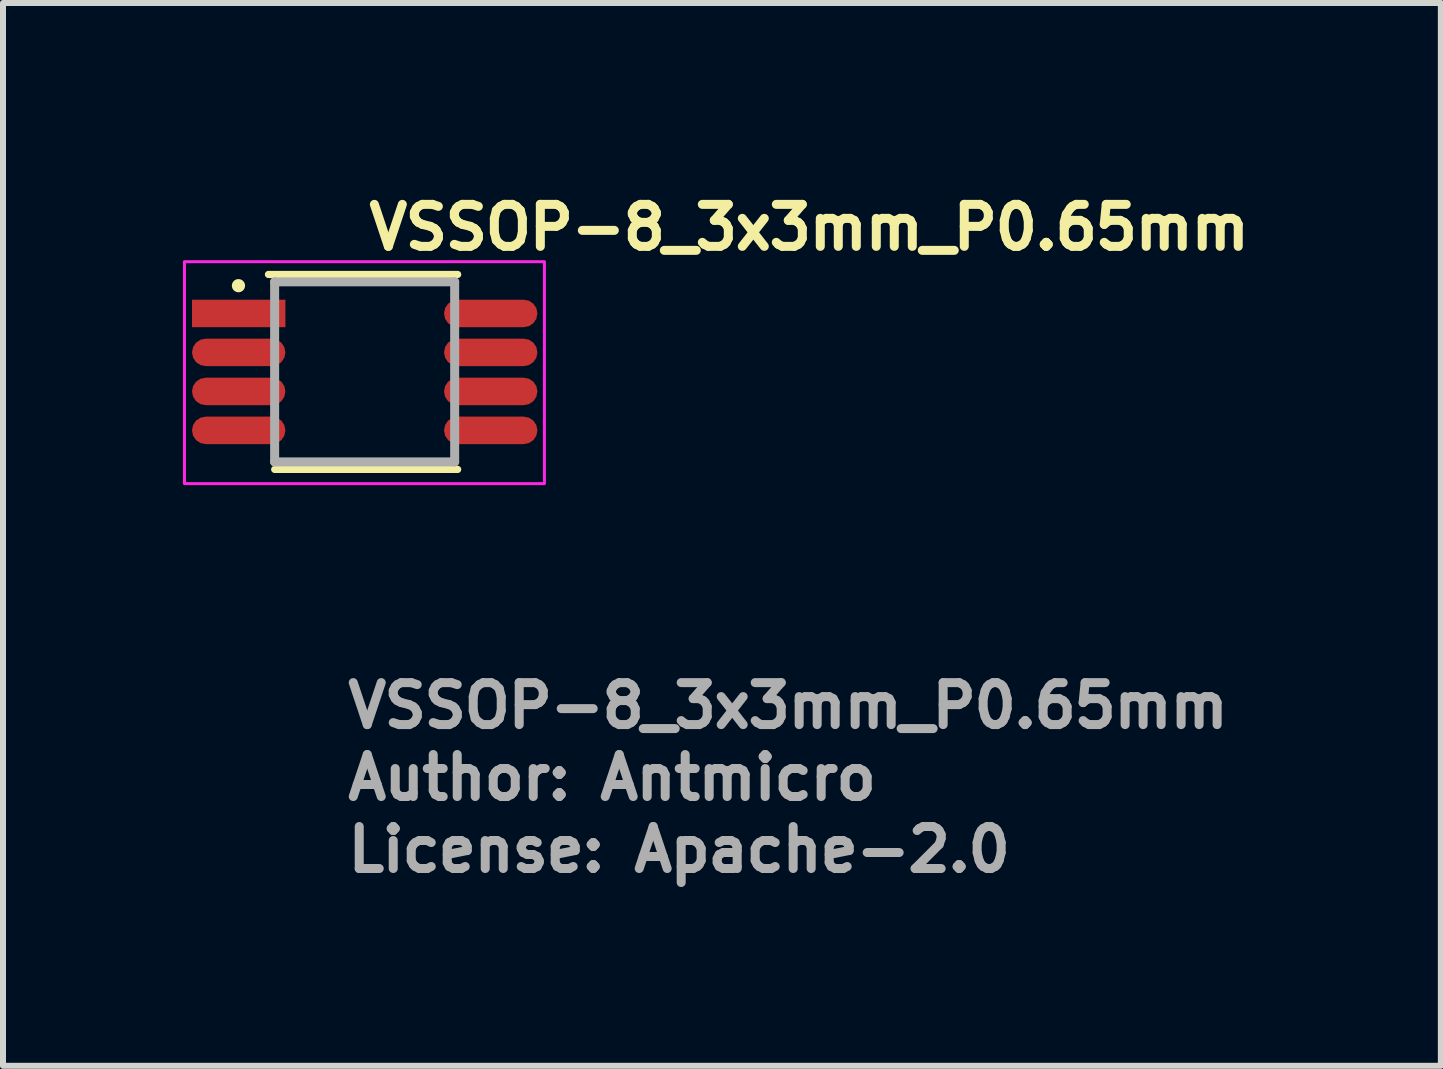
<source format=kicad_pcb>
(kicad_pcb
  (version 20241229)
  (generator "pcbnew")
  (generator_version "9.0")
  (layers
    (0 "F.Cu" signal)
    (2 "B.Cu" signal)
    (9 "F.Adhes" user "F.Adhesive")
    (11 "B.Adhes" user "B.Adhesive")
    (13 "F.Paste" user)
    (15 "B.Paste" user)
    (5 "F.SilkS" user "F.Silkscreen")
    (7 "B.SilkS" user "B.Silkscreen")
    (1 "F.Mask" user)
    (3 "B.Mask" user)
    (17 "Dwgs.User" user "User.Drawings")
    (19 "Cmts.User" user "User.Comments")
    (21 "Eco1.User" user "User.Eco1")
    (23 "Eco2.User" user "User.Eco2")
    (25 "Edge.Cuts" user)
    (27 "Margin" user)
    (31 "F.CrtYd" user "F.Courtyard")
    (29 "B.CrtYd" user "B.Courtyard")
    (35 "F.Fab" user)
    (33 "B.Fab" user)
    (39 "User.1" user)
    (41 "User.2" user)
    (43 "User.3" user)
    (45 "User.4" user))
  (footprint "VSSOP-8_3x3mm_P0.65mm"
    (layer "F.Cu")
    (at 3.025 3.15)
    (property "Reference" "VSSOP-8_3x3mm_P0.65mm" (at 0 -2 0) (layer "F.SilkS") (effects (font (size 0.7 0.7) (thickness 0.15)) (justify left bottom)))
    (attr smd)
    (fp_line (start -1.6 -1.625) (end 1.554 -1.625) (stroke (width 0.12) (type solid)) (layer "F.SilkS"))
    (fp_line (start -1.496 1.625) (end 1.554 1.625) (stroke (width 0.12) (type solid)) (layer "F.SilkS"))
    (fp_circle (center -2.1 -1.438) (end -2.05 -1.438) (stroke (width 0.12) (type solid)) (fill yes) (layer "F.SilkS"))
    (fp_rect (start -3 -1.838) (end 3 1.862) (stroke (width 0.05) (type solid)) (fill no) (layer "F.CrtYd"))
    (fp_line (start -1.497 -1.502) (end 1.504 -1.502) (stroke (width 0.15) (type solid)) (layer "F.Fab"))
    (fp_line (start -1.497 1.5) (end -1.497 -1.502) (stroke (width 0.15) (type solid)) (layer "F.Fab"))
    (fp_line (start 1.504 -1.502) (end 1.504 1.5) (stroke (width 0.15) (type solid)) (layer "F.Fab"))
    (fp_line (start 1.504 1.5) (end -1.497 1.5) (stroke (width 0.15) (type solid)) (layer "F.Fab"))
    (fp_rect (start -2.448 -1.5) (end 2.455 1.497) (stroke (width 0.1) (type solid)) (fill no) (layer "User.5"))
    (fp_line (start -2.448 -1.128) (end -2.448 -0.824) (stroke (width 0.02) (type solid)) (layer "User.9"))
    (fp_line (start -2.448 -0.479) (end -2.448 -0.173) (stroke (width 0.02) (type solid)) (layer "User.9"))
    (fp_line (start -2.448 0.171) (end -2.448 0.476) (stroke (width 0.02) (type solid)) (layer "User.9"))
    (fp_line (start -2.448 0.821) (end -2.448 1.126) (stroke (width 0.02) (type solid)) (layer "User.9"))
    (fp_line (start -2.216 -1.128) (end -2.448 -1.128) (stroke (width 0.02) (type solid)) (layer "User.9"))
    (fp_line (start -2.216 -1.128) (end -2.088 -1.128) (stroke (width 0.02) (type solid)) (layer "User.9"))
    (fp_line (start -2.216 -0.824) (end -2.448 -0.824) (stroke (width 0.02) (type solid)) (layer "User.9"))
    (fp_line (start -2.216 -0.824) (end -2.088 -0.824) (stroke (width 0.02) (type solid)) (layer "User.9"))
    (fp_line (start -2.216 -0.479) (end -2.448 -0.479) (stroke (width 0.02) (type solid)) (layer "User.9"))
    (fp_line (start -2.216 -0.479) (end -2.088 -0.479) (stroke (width 0.02) (type solid)) (layer "User.9"))
    (fp_line (start -2.216 -0.173) (end -2.448 -0.173) (stroke (width 0.02) (type solid)) (layer "User.9"))
    (fp_line (start -2.216 -0.173) (end -2.088 -0.173) (stroke (width 0.02) (type solid)) (layer "User.9"))
    (fp_line (start -2.216 0.171) (end -2.448 0.171) (stroke (width 0.02) (type solid)) (layer "User.9"))
    (fp_line (start -2.216 0.171) (end -2.088 0.171) (stroke (width 0.02) (type solid)) (layer "User.9"))
    (fp_line (start -2.216 0.476) (end -2.448 0.476) (stroke (width 0.02) (type solid)) (layer "User.9"))
    (fp_line (start -2.216 0.476) (end -2.088 0.476) (stroke (width 0.02) (type solid)) (layer "User.9"))
    (fp_line (start -2.216 0.821) (end -2.448 0.821) (stroke (width 0.02) (type solid)) (layer "User.9"))
    (fp_line (start -2.216 0.821) (end -2.088 0.821) (stroke (width 0.02) (type solid)) (layer "User.9"))
    (fp_line (start -2.216 1.126) (end -2.448 1.126) (stroke (width 0.02) (type solid)) (layer "User.9"))
    (fp_line (start -2.216 1.126) (end -2.088 1.126) (stroke (width 0.02) (type solid)) (layer "User.9"))
    (fp_line (start -2.088 -1.128) (end -2.084 -1.128) (stroke (width 0.02) (type solid)) (layer "User.9"))
    (fp_line (start -2.088 -0.479) (end -2.084 -0.479) (stroke (width 0.02) (type solid)) (layer "User.9"))
    (fp_line (start -2.088 0.171) (end -2.084 0.171) (stroke (width 0.02) (type solid)) (layer "User.9"))
    (fp_line (start -2.088 0.821) (end -2.084 0.821) (stroke (width 0.02) (type solid)) (layer "User.9"))
    (fp_line (start -2.084 -1.128) (end -1.781 -1.128) (stroke (width 0.02) (type solid)) (layer "User.9"))
    (fp_line (start -2.084 -0.824) (end -2.088 -0.824) (stroke (width 0.02) (type solid)) (layer "User.9"))
    (fp_line (start -2.084 -0.824) (end -1.781 -0.824) (stroke (width 0.02) (type solid)) (layer "User.9"))
    (fp_line (start -2.084 -0.479) (end -1.781 -0.479) (stroke (width 0.02) (type solid)) (layer "User.9"))
    (fp_line (start -2.084 -0.173) (end -2.088 -0.173) (stroke (width 0.02) (type solid)) (layer "User.9"))
    (fp_line (start -2.084 -0.173) (end -1.781 -0.173) (stroke (width 0.02) (type solid)) (layer "User.9"))
    (fp_line (start -2.084 0.171) (end -1.781 0.171) (stroke (width 0.02) (type solid)) (layer "User.9"))
    (fp_line (start -2.084 0.476) (end -2.088 0.476) (stroke (width 0.02) (type solid)) (layer "User.9"))
    (fp_line (start -2.084 0.476) (end -1.781 0.476) (stroke (width 0.02) (type solid)) (layer "User.9"))
    (fp_line (start -2.084 0.821) (end -1.781 0.821) (stroke (width 0.02) (type solid)) (layer "User.9"))
    (fp_line (start -2.084 1.126) (end -2.088 1.126) (stroke (width 0.02) (type solid)) (layer "User.9"))
    (fp_line (start -2.084 1.126) (end -1.781 1.126) (stroke (width 0.02) (type solid)) (layer "User.9"))
    (fp_line (start -1.495 -1.472) (end -1.495 -1.401) (stroke (width 0.02) (type solid)) (layer "User.9"))
    (fp_line (start -1.495 -1.472) (end -1.494 -1.474) (stroke (width 0.02) (type solid)) (layer "User.9"))
    (fp_line (start -1.495 -1.401) (end -1.495 1.399) (stroke (width 0.02) (type solid)) (layer "User.9"))
    (fp_line (start -1.495 -1.128) (end -1.781 -1.128) (stroke (width 0.02) (type solid)) (layer "User.9"))
    (fp_line (start -1.495 -0.824) (end -1.781 -0.824) (stroke (width 0.02) (type solid)) (layer "User.9"))
    (fp_line (start -1.495 -0.479) (end -1.781 -0.479) (stroke (width 0.02) (type solid)) (layer "User.9"))
    (fp_line (start -1.495 -0.173) (end -1.781 -0.173) (stroke (width 0.02) (type solid)) (layer "User.9"))
    (fp_line (start -1.495 0.171) (end -1.781 0.171) (stroke (width 0.02) (type solid)) (layer "User.9"))
    (fp_line (start -1.495 0.476) (end -1.781 0.476) (stroke (width 0.02) (type solid)) (layer "User.9"))
    (fp_line (start -1.495 0.821) (end -1.781 0.821) (stroke (width 0.02) (type solid)) (layer "User.9"))
    (fp_line (start -1.495 1.126) (end -1.781 1.126) (stroke (width 0.02) (type solid)) (layer "User.9"))
    (fp_line (start -1.495 1.399) (end -1.495 1.471) (stroke (width 0.02) (type solid)) (layer "User.9"))
    (fp_line (start -1.494 -1.474) (end -1.492 -1.476) (stroke (width 0.02) (type solid)) (layer "User.9"))
    (fp_line (start -1.494 1.472) (end -1.495 1.471) (stroke (width 0.02) (type solid)) (layer "User.9"))
    (fp_line (start -1.492 -1.476) (end -1.491 -1.478) (stroke (width 0.02) (type solid)) (layer "User.9"))
    (fp_line (start -1.492 1.475) (end -1.494 1.472) (stroke (width 0.02) (type solid)) (layer "User.9"))
    (fp_line (start -1.491 -1.478) (end -1.489 -1.48) (stroke (width 0.02) (type solid)) (layer "User.9"))
    (fp_line (start -1.491 1.476) (end -1.492 1.475) (stroke (width 0.02) (type solid)) (layer "User.9"))
    (fp_line (start -1.489 -1.48) (end -1.488 -1.481) (stroke (width 0.02) (type solid)) (layer "User.9"))
    (fp_line (start -1.489 1.479) (end -1.491 1.476) (stroke (width 0.02) (type solid)) (layer "User.9"))
    (fp_line (start -1.488 -1.481) (end -1.486 -1.483) (stroke (width 0.02) (type solid)) (layer "User.9"))
    (fp_line (start -1.488 1.48) (end -1.489 1.479) (stroke (width 0.02) (type solid)) (layer "User.9"))
    (fp_line (start -1.486 -1.483) (end -1.485 -1.485) (stroke (width 0.02) (type solid)) (layer "User.9"))
    (fp_line (start -1.486 1.481) (end -1.488 1.48) (stroke (width 0.02) (type solid)) (layer "User.9"))
    (fp_line (start -1.485 -1.485) (end -1.483 -1.487) (stroke (width 0.02) (type solid)) (layer "User.9"))
    (fp_line (start -1.485 1.484) (end -1.486 1.481) (stroke (width 0.02) (type solid)) (layer "User.9"))
    (fp_line (start -1.483 -1.487) (end -1.481 -1.489) (stroke (width 0.02) (type solid)) (layer "User.9"))
    (fp_line (start -1.483 1.485) (end -1.485 1.484) (stroke (width 0.02) (type solid)) (layer "User.9"))
    (fp_line (start -1.481 -1.489) (end -1.479 -1.491) (stroke (width 0.02) (type solid)) (layer "User.9"))
    (fp_line (start -1.481 1.487) (end -1.483 1.485) (stroke (width 0.02) (type solid)) (layer "User.9"))
    (fp_line (start -1.479 -1.491) (end -1.478 -1.493) (stroke (width 0.02) (type solid)) (layer "User.9"))
    (fp_line (start -1.479 1.488) (end -1.481 1.487) (stroke (width 0.02) (type solid)) (layer "User.9"))
    (fp_line (start -1.478 -1.493) (end -1.476 -1.494) (stroke (width 0.02) (type solid)) (layer "User.9"))
    (fp_line (start -1.478 1.491) (end -1.479 1.488) (stroke (width 0.02) (type solid)) (layer "User.9"))
    (fp_line (start -1.476 -1.494) (end -1.474 -1.496) (stroke (width 0.02) (type solid)) (layer "User.9"))
    (fp_line (start -1.476 1.492) (end -1.478 1.491) (stroke (width 0.02) (type solid)) (layer "User.9"))
    (fp_line (start -1.474 -1.496) (end -1.472 -1.497) (stroke (width 0.02) (type solid)) (layer "User.9"))
    (fp_line (start -1.474 1.493) (end -1.476 1.492) (stroke (width 0.02) (type solid)) (layer "User.9"))
    (fp_line (start -1.472 -1.497) (end -1.47 -1.499) (stroke (width 0.02) (type solid)) (layer "User.9"))
    (fp_line (start -1.472 1.495) (end -1.474 1.493) (stroke (width 0.02) (type solid)) (layer "User.9"))
    (fp_line (start -1.47 -1.499) (end -1.468 -1.5) (stroke (width 0.02) (type solid)) (layer "User.9"))
    (fp_line (start -1.47 1.496) (end -1.472 1.495) (stroke (width 0.02) (type solid)) (layer "User.9"))
    (fp_line (start -1.468 1.497) (end -1.47 1.496) (stroke (width 0.02) (type solid)) (layer "User.9"))
    (fp_line (start -1.468 1.497) (end -1.396 1.497) (stroke (width 0.02) (type solid)) (layer "User.9"))
    (fp_line (start -1.426 -1.337) (end -1.426 -1.332) (stroke (width 0.02) (type solid)) (layer "User.9"))
    (fp_line (start -1.426 1.331) (end -1.426 1.335) (stroke (width 0.02) (type solid)) (layer "User.9"))
    (fp_line (start -1.426 1.335) (end -1.425 1.34) (stroke (width 0.02) (type solid)) (layer "User.9"))
    (fp_line (start -1.425 -1.342) (end -1.426 -1.337) (stroke (width 0.02) (type solid)) (layer "User.9"))
    (fp_line (start -1.425 1.34) (end -1.424 1.346) (stroke (width 0.02) (type solid)) (layer "User.9"))
    (fp_line (start -1.424 -1.347) (end -1.425 -1.342) (stroke (width 0.02) (type solid)) (layer "User.9"))
    (fp_line (start -1.424 1.346) (end -1.423 1.351) (stroke (width 0.02) (type solid)) (layer "User.9"))
    (fp_line (start -1.423 -1.352) (end -1.424 -1.347) (stroke (width 0.02) (type solid)) (layer "User.9"))
    (fp_line (start -1.423 1.351) (end -1.422 1.355) (stroke (width 0.02) (type solid)) (layer "User.9"))
    (fp_line (start -1.422 -1.356) (end -1.423 -1.352) (stroke (width 0.02) (type solid)) (layer "User.9"))
    (fp_line (start -1.422 1.355) (end -1.421 1.359) (stroke (width 0.02) (type solid)) (layer "User.9"))
    (fp_line (start -1.421 -1.362) (end -1.422 -1.356) (stroke (width 0.02) (type solid)) (layer "User.9"))
    (fp_line (start -1.421 1.359) (end -1.419 1.364) (stroke (width 0.02) (type solid)) (layer "User.9"))
    (fp_line (start -1.419 -1.367) (end -1.421 -1.362) (stroke (width 0.02) (type solid)) (layer "User.9"))
    (fp_line (start -1.419 1.364) (end -1.417 1.368) (stroke (width 0.02) (type solid)) (layer "User.9"))
    (fp_line (start -1.417 -1.371) (end -1.419 -1.367) (stroke (width 0.02) (type solid)) (layer "User.9"))
    (fp_line (start -1.417 1.368) (end -1.415 1.372) (stroke (width 0.02) (type solid)) (layer "User.9"))
    (fp_line (start -1.415 -1.375) (end -1.417 -1.371) (stroke (width 0.02) (type solid)) (layer "User.9"))
    (fp_line (start -1.415 1.372) (end -1.413 1.376) (stroke (width 0.02) (type solid)) (layer "User.9"))
    (fp_line (start -1.413 -1.379) (end -1.415 -1.375) (stroke (width 0.02) (type solid)) (layer "User.9"))
    (fp_line (start -1.413 1.376) (end -1.411 1.38) (stroke (width 0.02) (type solid)) (layer "User.9"))
    (fp_line (start -1.411 -1.383) (end -1.413 -1.379) (stroke (width 0.02) (type solid)) (layer "User.9"))
    (fp_line (start -1.411 1.38) (end -1.408 1.384) (stroke (width 0.02) (type solid)) (layer "User.9"))
    (fp_line (start -1.408 -1.387) (end -1.411 -1.383) (stroke (width 0.02) (type solid)) (layer "User.9"))
    (fp_line (start -1.408 1.384) (end -1.405 1.388) (stroke (width 0.02) (type solid)) (layer "User.9"))
    (fp_line (start -1.405 -1.391) (end -1.408 -1.387) (stroke (width 0.02) (type solid)) (layer "User.9"))
    (fp_line (start -1.405 1.388) (end -1.402 1.392) (stroke (width 0.02) (type solid)) (layer "User.9"))
    (fp_line (start -1.402 -1.394) (end -1.405 -1.391) (stroke (width 0.02) (type solid)) (layer "User.9"))
    (fp_line (start -1.402 1.392) (end -1.399 1.395) (stroke (width 0.02) (type solid)) (layer "User.9"))
    (fp_line (start -1.399 -1.397) (end -1.402 -1.394) (stroke (width 0.02) (type solid)) (layer "User.9"))
    (fp_line (start -1.399 1.395) (end -1.396 1.399) (stroke (width 0.02) (type solid)) (layer "User.9"))
    (fp_line (start -1.396 -1.5) (end -1.468 -1.5) (stroke (width 0.02) (type solid)) (layer "User.9"))
    (fp_line (start -1.396 -1.401) (end -1.399 -1.397) (stroke (width 0.02) (type solid)) (layer "User.9"))
    (fp_line (start -1.396 1.399) (end -1.393 1.403) (stroke (width 0.02) (type solid)) (layer "User.9"))
    (fp_line (start -1.396 1.497) (end 1.403 1.497) (stroke (width 0.02) (type solid)) (layer "User.9"))
    (fp_line (start -1.393 -1.404) (end -1.396 -1.401) (stroke (width 0.02) (type solid)) (layer "User.9"))
    (fp_line (start -1.393 1.403) (end -1.39 1.406) (stroke (width 0.02) (type solid)) (layer "User.9"))
    (fp_line (start -1.39 -1.407) (end -1.393 -1.404) (stroke (width 0.02) (type solid)) (layer "User.9"))
    (fp_line (start -1.39 1.406) (end -1.386 1.408) (stroke (width 0.02) (type solid)) (layer "User.9"))
    (fp_line (start -1.386 -1.41) (end -1.39 -1.407) (stroke (width 0.02) (type solid)) (layer "User.9"))
    (fp_line (start -1.386 1.408) (end -1.383 1.411) (stroke (width 0.02) (type solid)) (layer "User.9"))
    (fp_line (start -1.383 -1.413) (end -1.386 -1.41) (stroke (width 0.02) (type solid)) (layer "User.9"))
    (fp_line (start -1.383 1.411) (end -1.379 1.415) (stroke (width 0.02) (type solid)) (layer "User.9"))
    (fp_line (start -1.379 -1.416) (end -1.383 -1.413) (stroke (width 0.02) (type solid)) (layer "User.9"))
    (fp_line (start -1.379 1.415) (end -1.375 1.416) (stroke (width 0.02) (type solid)) (layer "User.9"))
    (fp_line (start -1.375 -1.418) (end -1.379 -1.416) (stroke (width 0.02) (type solid)) (layer "User.9"))
    (fp_line (start -1.375 1.416) (end -1.37 1.419) (stroke (width 0.02) (type solid)) (layer "User.9"))
    (fp_line (start -1.37 -1.42) (end -1.375 -1.418) (stroke (width 0.02) (type solid)) (layer "User.9"))
    (fp_line (start -1.37 1.419) (end -1.366 1.42) (stroke (width 0.02) (type solid)) (layer "User.9"))
    (fp_line (start -1.366 -1.422) (end -1.37 -1.42) (stroke (width 0.02) (type solid)) (layer "User.9"))
    (fp_line (start -1.366 1.42) (end -1.362 1.423) (stroke (width 0.02) (type solid)) (layer "User.9"))
    (fp_line (start -1.362 -1.425) (end -1.366 -1.422) (stroke (width 0.02) (type solid)) (layer "User.9"))
    (fp_line (start -1.362 1.423) (end -1.357 1.424) (stroke (width 0.02) (type solid)) (layer "User.9"))
    (fp_line (start -1.357 -1.427) (end -1.362 -1.425) (stroke (width 0.02) (type solid)) (layer "User.9"))
    (fp_line (start -1.357 1.424) (end -1.353 1.426) (stroke (width 0.02) (type solid)) (layer "User.9"))
    (fp_line (start -1.353 -1.428) (end -1.357 -1.427) (stroke (width 0.02) (type solid)) (layer "User.9"))
    (fp_line (start -1.353 1.426) (end -1.348 1.427) (stroke (width 0.02) (type solid)) (layer "User.9"))
    (fp_line (start -1.348 -1.429) (end -1.353 -1.428) (stroke (width 0.02) (type solid)) (layer "User.9"))
    (fp_line (start -1.348 1.427) (end -1.343 1.427) (stroke (width 0.02) (type solid)) (layer "User.9"))
    (fp_line (start -1.343 -1.43) (end -1.348 -1.429) (stroke (width 0.02) (type solid)) (layer "User.9"))
    (fp_line (start -1.343 1.427) (end -1.338 1.428) (stroke (width 0.02) (type solid)) (layer "User.9"))
    (fp_line (start -1.338 -1.431) (end -1.343 -1.43) (stroke (width 0.02) (type solid)) (layer "User.9"))
    (fp_line (start -1.338 1.428) (end -1.333 1.428) (stroke (width 0.02) (type solid)) (layer "User.9"))
    (fp_line (start -1.333 -1.431) (end -1.338 -1.431) (stroke (width 0.02) (type solid)) (layer "User.9"))
    (fp_line (start -1.333 1.428) (end -1.327 1.43) (stroke (width 0.02) (type solid)) (layer "User.9"))
    (fp_line (start -1.327 -1.432) (end -1.333 -1.431) (stroke (width 0.02) (type solid)) (layer "User.9"))
    (fp_line (start 1.335 1.43) (end 1.341 1.428) (stroke (width 0.02) (type solid)) (layer "User.9"))
    (fp_line (start 1.341 -1.431) (end 1.335 -1.432) (stroke (width 0.02) (type solid)) (layer "User.9"))
    (fp_line (start 1.341 1.428) (end 1.346 1.428) (stroke (width 0.02) (type solid)) (layer "User.9"))
    (fp_line (start 1.346 -1.431) (end 1.341 -1.431) (stroke (width 0.02) (type solid)) (layer "User.9"))
    (fp_line (start 1.346 1.428) (end 1.35 1.427) (stroke (width 0.02) (type solid)) (layer "User.9"))
    (fp_line (start 1.35 -1.43) (end 1.346 -1.431) (stroke (width 0.02) (type solid)) (layer "User.9"))
    (fp_line (start 1.35 1.427) (end 1.355 1.427) (stroke (width 0.02) (type solid)) (layer "User.9"))
    (fp_line (start 1.355 -1.429) (end 1.35 -1.43) (stroke (width 0.02) (type solid)) (layer "User.9"))
    (fp_line (start 1.355 1.427) (end 1.359 1.426) (stroke (width 0.02) (type solid)) (layer "User.9"))
    (fp_line (start 1.359 -1.428) (end 1.355 -1.429) (stroke (width 0.02) (type solid)) (layer "User.9"))
    (fp_line (start 1.359 1.426) (end 1.364 1.424) (stroke (width 0.02) (type solid)) (layer "User.9"))
    (fp_line (start 1.364 -1.427) (end 1.359 -1.428) (stroke (width 0.02) (type solid)) (layer "User.9"))
    (fp_line (start 1.364 1.424) (end 1.368 1.423) (stroke (width 0.02) (type solid)) (layer "User.9"))
    (fp_line (start 1.368 -1.425) (end 1.364 -1.427) (stroke (width 0.02) (type solid)) (layer "User.9"))
    (fp_line (start 1.368 1.423) (end 1.374 1.42) (stroke (width 0.02) (type solid)) (layer "User.9"))
    (fp_line (start 1.374 -1.422) (end 1.368 -1.425) (stroke (width 0.02) (type solid)) (layer "User.9"))
    (fp_line (start 1.374 1.42) (end 1.378 1.419) (stroke (width 0.02) (type solid)) (layer "User.9"))
    (fp_line (start 1.378 -1.42) (end 1.374 -1.422) (stroke (width 0.02) (type solid)) (layer "User.9"))
    (fp_line (start 1.378 1.419) (end 1.382 1.416) (stroke (width 0.02) (type solid)) (layer "User.9"))
    (fp_line (start 1.382 -1.418) (end 1.378 -1.42) (stroke (width 0.02) (type solid)) (layer "User.9"))
    (fp_line (start 1.382 1.416) (end 1.386 1.415) (stroke (width 0.02) (type solid)) (layer "User.9"))
    (fp_line (start 1.386 -1.416) (end 1.382 -1.418) (stroke (width 0.02) (type solid)) (layer "User.9"))
    (fp_line (start 1.386 1.415) (end 1.39 1.411) (stroke (width 0.02) (type solid)) (layer "User.9"))
    (fp_line (start 1.39 -1.413) (end 1.386 -1.416) (stroke (width 0.02) (type solid)) (layer "User.9"))
    (fp_line (start 1.39 1.411) (end 1.394 1.408) (stroke (width 0.02) (type solid)) (layer "User.9"))
    (fp_line (start 1.394 -1.41) (end 1.39 -1.413) (stroke (width 0.02) (type solid)) (layer "User.9"))
    (fp_line (start 1.394 1.408) (end 1.398 1.406) (stroke (width 0.02) (type solid)) (layer "User.9"))
    (fp_line (start 1.398 -1.407) (end 1.394 -1.41) (stroke (width 0.02) (type solid)) (layer "User.9"))
    (fp_line (start 1.398 1.406) (end 1.4 1.403) (stroke (width 0.02) (type solid)) (layer "User.9"))
    (fp_line (start 1.4 -1.404) (end 1.398 -1.407) (stroke (width 0.02) (type solid)) (layer "User.9"))
    (fp_line (start 1.4 1.403) (end 1.404 1.399) (stroke (width 0.02) (type solid)) (layer "User.9"))
    (fp_line (start 1.403 -1.5) (end -1.396 -1.5) (stroke (width 0.02) (type solid)) (layer "User.9"))
    (fp_line (start 1.403 1.497) (end 1.475 1.497) (stroke (width 0.02) (type solid)) (layer "User.9"))
    (fp_line (start 1.404 -1.401) (end 1.4 -1.404) (stroke (width 0.02) (type solid)) (layer "User.9"))
    (fp_line (start 1.404 1.399) (end 1.407 1.395) (stroke (width 0.02) (type solid)) (layer "User.9"))
    (fp_line (start 1.407 -1.397) (end 1.404 -1.401) (stroke (width 0.02) (type solid)) (layer "User.9"))
    (fp_line (start 1.407 1.395) (end 1.411 1.392) (stroke (width 0.02) (type solid)) (layer "User.9"))
    (fp_line (start 1.411 -1.394) (end 1.407 -1.397) (stroke (width 0.02) (type solid)) (layer "User.9"))
    (fp_line (start 1.411 1.392) (end 1.414 1.388) (stroke (width 0.02) (type solid)) (layer "User.9"))
    (fp_line (start 1.414 -1.391) (end 1.411 -1.394) (stroke (width 0.02) (type solid)) (layer "User.9"))
    (fp_line (start 1.414 1.388) (end 1.416 1.384) (stroke (width 0.02) (type solid)) (layer "User.9"))
    (fp_line (start 1.416 -1.387) (end 1.414 -1.391) (stroke (width 0.02) (type solid)) (layer "User.9"))
    (fp_line (start 1.416 1.384) (end 1.419 1.38) (stroke (width 0.02) (type solid)) (layer "User.9"))
    (fp_line (start 1.419 -1.383) (end 1.416 -1.387) (stroke (width 0.02) (type solid)) (layer "User.9"))
    (fp_line (start 1.419 1.38) (end 1.422 1.376) (stroke (width 0.02) (type solid)) (layer "User.9"))
    (fp_line (start 1.422 -1.379) (end 1.419 -1.383) (stroke (width 0.02) (type solid)) (layer "User.9"))
    (fp_line (start 1.422 1.376) (end 1.423 1.372) (stroke (width 0.02) (type solid)) (layer "User.9"))
    (fp_line (start 1.423 -1.375) (end 1.422 -1.379) (stroke (width 0.02) (type solid)) (layer "User.9"))
    (fp_line (start 1.423 1.372) (end 1.426 1.368) (stroke (width 0.02) (type solid)) (layer "User.9"))
    (fp_line (start 1.426 -1.371) (end 1.423 -1.375) (stroke (width 0.02) (type solid)) (layer "User.9"))
    (fp_line (start 1.426 1.368) (end 1.427 1.364) (stroke (width 0.02) (type solid)) (layer "User.9"))
    (fp_line (start 1.427 -1.367) (end 1.426 -1.371) (stroke (width 0.02) (type solid)) (layer "User.9"))
    (fp_line (start 1.427 1.364) (end 1.43 1.359) (stroke (width 0.02) (type solid)) (layer "User.9"))
    (fp_line (start 1.43 -1.362) (end 1.427 -1.367) (stroke (width 0.02) (type solid)) (layer "User.9"))
    (fp_line (start 1.43 1.359) (end 1.431 1.355) (stroke (width 0.02) (type solid)) (layer "User.9"))
    (fp_line (start 1.431 -1.356) (end 1.43 -1.362) (stroke (width 0.02) (type solid)) (layer "User.9"))
    (fp_line (start 1.431 -1.352) (end 1.431 -1.356) (stroke (width 0.02) (type solid)) (layer "User.9"))
    (fp_line (start 1.431 1.351) (end 1.432 1.346) (stroke (width 0.02) (type solid)) (layer "User.9"))
    (fp_line (start 1.431 1.355) (end 1.431 1.351) (stroke (width 0.02) (type solid)) (layer "User.9"))
    (fp_line (start 1.432 -1.347) (end 1.431 -1.352) (stroke (width 0.02) (type solid)) (layer "User.9"))
    (fp_line (start 1.432 1.346) (end 1.434 1.34) (stroke (width 0.02) (type solid)) (layer "User.9"))
    (fp_line (start 1.434 -1.342) (end 1.432 -1.347) (stroke (width 0.02) (type solid)) (layer "User.9"))
    (fp_line (start 1.434 -1.337) (end 1.434 -1.342) (stroke (width 0.02) (type solid)) (layer "User.9"))
    (fp_line (start 1.434 1.335) (end 1.435 1.331) (stroke (width 0.02) (type solid)) (layer "User.9"))
    (fp_line (start 1.434 1.34) (end 1.434 1.335) (stroke (width 0.02) (type solid)) (layer "User.9"))
    (fp_line (start 1.435 -1.332) (end 1.434 -1.337) (stroke (width 0.02) (type solid)) (layer "User.9"))
    (fp_line (start 1.475 -1.5) (end 1.403 -1.5) (stroke (width 0.02) (type solid)) (layer "User.9"))
    (fp_line (start 1.475 -1.5) (end 1.478 -1.499) (stroke (width 0.02) (type solid)) (layer "User.9"))
    (fp_line (start 1.478 -1.499) (end 1.479 -1.497) (stroke (width 0.02) (type solid)) (layer "User.9"))
    (fp_line (start 1.478 1.496) (end 1.475 1.497) (stroke (width 0.02) (type solid)) (layer "User.9"))
    (fp_line (start 1.479 -1.497) (end 1.482 -1.496) (stroke (width 0.02) (type solid)) (layer "User.9"))
    (fp_line (start 1.479 1.495) (end 1.478 1.496) (stroke (width 0.02) (type solid)) (layer "User.9"))
    (fp_line (start 1.482 -1.496) (end 1.483 -1.494) (stroke (width 0.02) (type solid)) (layer "User.9"))
    (fp_line (start 1.482 1.493) (end 1.479 1.495) (stroke (width 0.02) (type solid)) (layer "User.9"))
    (fp_line (start 1.483 -1.494) (end 1.484 -1.493) (stroke (width 0.02) (type solid)) (layer "User.9"))
    (fp_line (start 1.483 1.492) (end 1.482 1.493) (stroke (width 0.02) (type solid)) (layer "User.9"))
    (fp_line (start 1.484 -1.493) (end 1.487 -1.491) (stroke (width 0.02) (type solid)) (layer "User.9"))
    (fp_line (start 1.484 1.491) (end 1.483 1.492) (stroke (width 0.02) (type solid)) (layer "User.9"))
    (fp_line (start 1.487 -1.491) (end 1.488 -1.489) (stroke (width 0.02) (type solid)) (layer "User.9"))
    (fp_line (start 1.487 1.488) (end 1.484 1.491) (stroke (width 0.02) (type solid)) (layer "User.9"))
    (fp_line (start 1.488 -1.489) (end 1.491 -1.487) (stroke (width 0.02) (type solid)) (layer "User.9"))
    (fp_line (start 1.488 1.487) (end 1.487 1.488) (stroke (width 0.02) (type solid)) (layer "User.9"))
    (fp_line (start 1.491 -1.487) (end 1.492 -1.485) (stroke (width 0.02) (type solid)) (layer "User.9"))
    (fp_line (start 1.491 1.485) (end 1.488 1.487) (stroke (width 0.02) (type solid)) (layer "User.9"))
    (fp_line (start 1.492 -1.485) (end 1.493 -1.483) (stroke (width 0.02) (type solid)) (layer "User.9"))
    (fp_line (start 1.492 1.484) (end 1.491 1.485) (stroke (width 0.02) (type solid)) (layer "User.9"))
    (fp_line (start 1.493 -1.483) (end 1.496 -1.481) (stroke (width 0.02) (type solid)) (layer "User.9"))
    (fp_line (start 1.493 1.481) (end 1.492 1.484) (stroke (width 0.02) (type solid)) (layer "User.9"))
    (fp_line (start 1.496 -1.481) (end 1.496 -1.48) (stroke (width 0.02) (type solid)) (layer "User.9"))
    (fp_line (start 1.496 -1.48) (end 1.499 -1.478) (stroke (width 0.02) (type solid)) (layer "User.9"))
    (fp_line (start 1.496 1.479) (end 1.496 1.48) (stroke (width 0.02) (type solid)) (layer "User.9"))
    (fp_line (start 1.496 1.48) (end 1.493 1.481) (stroke (width 0.02) (type solid)) (layer "User.9"))
    (fp_line (start 1.499 -1.478) (end 1.5 -1.476) (stroke (width 0.02) (type solid)) (layer "User.9"))
    (fp_line (start 1.499 1.476) (end 1.496 1.479) (stroke (width 0.02) (type solid)) (layer "User.9"))
    (fp_line (start 1.5 -1.476) (end 1.501 -1.474) (stroke (width 0.02) (type solid)) (layer "User.9"))
    (fp_line (start 1.5 1.475) (end 1.499 1.476) (stroke (width 0.02) (type solid)) (layer "User.9"))
    (fp_line (start 1.501 -1.474) (end 1.503 -1.472) (stroke (width 0.02) (type solid)) (layer "User.9"))
    (fp_line (start 1.501 1.472) (end 1.5 1.475) (stroke (width 0.02) (type solid)) (layer "User.9"))
    (fp_line (start 1.503 -1.401) (end 1.503 -1.472) (stroke (width 0.02) (type solid)) (layer "User.9"))
    (fp_line (start 1.503 -1.128) (end 1.789 -1.128) (stroke (width 0.02) (type solid)) (layer "User.9"))
    (fp_line (start 1.503 -0.824) (end 1.789 -0.824) (stroke (width 0.02) (type solid)) (layer "User.9"))
    (fp_line (start 1.503 -0.479) (end 1.789 -0.479) (stroke (width 0.02) (type solid)) (layer "User.9"))
    (fp_line (start 1.503 -0.173) (end 1.789 -0.173) (stroke (width 0.02) (type solid)) (layer "User.9"))
    (fp_line (start 1.503 0.171) (end 1.789 0.171) (stroke (width 0.02) (type solid)) (layer "User.9"))
    (fp_line (start 1.503 0.476) (end 1.789 0.476) (stroke (width 0.02) (type solid)) (layer "User.9"))
    (fp_line (start 1.503 0.821) (end 1.789 0.821) (stroke (width 0.02) (type solid)) (layer "User.9"))
    (fp_line (start 1.503 1.126) (end 1.789 1.126) (stroke (width 0.02) (type solid)) (layer "User.9"))
    (fp_line (start 1.503 1.399) (end 1.503 -1.401) (stroke (width 0.02) (type solid)) (layer "User.9"))
    (fp_line (start 1.503 1.471) (end 1.501 1.472) (stroke (width 0.02) (type solid)) (layer "User.9"))
    (fp_line (start 1.503 1.471) (end 1.503 1.399) (stroke (width 0.02) (type solid)) (layer "User.9"))
    (fp_line (start 2.092 -1.128) (end 1.789 -1.128) (stroke (width 0.02) (type solid)) (layer "User.9"))
    (fp_line (start 2.092 -1.128) (end 2.097 -1.128) (stroke (width 0.02) (type solid)) (layer "User.9"))
    (fp_line (start 2.092 -0.824) (end 1.789 -0.824) (stroke (width 0.02) (type solid)) (layer "User.9"))
    (fp_line (start 2.092 -0.479) (end 1.789 -0.479) (stroke (width 0.02) (type solid)) (layer "User.9"))
    (fp_line (start 2.092 -0.479) (end 2.097 -0.479) (stroke (width 0.02) (type solid)) (layer "User.9"))
    (fp_line (start 2.092 -0.173) (end 1.789 -0.173) (stroke (width 0.02) (type solid)) (layer "User.9"))
    (fp_line (start 2.092 0.171) (end 1.789 0.171) (stroke (width 0.02) (type solid)) (layer "User.9"))
    (fp_line (start 2.092 0.171) (end 2.097 0.171) (stroke (width 0.02) (type solid)) (layer "User.9"))
    (fp_line (start 2.092 0.476) (end 1.789 0.476) (stroke (width 0.02) (type solid)) (layer "User.9"))
    (fp_line (start 2.092 0.821) (end 1.789 0.821) (stroke (width 0.02) (type solid)) (layer "User.9"))
    (fp_line (start 2.092 0.821) (end 2.097 0.821) (stroke (width 0.02) (type solid)) (layer "User.9"))
    (fp_line (start 2.092 1.126) (end 1.789 1.126) (stroke (width 0.02) (type solid)) (layer "User.9"))
    (fp_line (start 2.097 -0.824) (end 2.092 -0.824) (stroke (width 0.02) (type solid)) (layer "User.9"))
    (fp_line (start 2.097 -0.173) (end 2.092 -0.173) (stroke (width 0.02) (type solid)) (layer "User.9"))
    (fp_line (start 2.097 0.476) (end 2.092 0.476) (stroke (width 0.02) (type solid)) (layer "User.9"))
    (fp_line (start 2.097 1.126) (end 2.092 1.126) (stroke (width 0.02) (type solid)) (layer "User.9"))
    (fp_line (start 2.224 -1.128) (end 2.097 -1.128) (stroke (width 0.02) (type solid)) (layer "User.9"))
    (fp_line (start 2.224 -1.128) (end 2.455 -1.128) (stroke (width 0.02) (type solid)) (layer "User.9"))
    (fp_line (start 2.224 -0.824) (end 2.097 -0.824) (stroke (width 0.02) (type solid)) (layer "User.9"))
    (fp_line (start 2.224 -0.824) (end 2.455 -0.824) (stroke (width 0.02) (type solid)) (layer "User.9"))
    (fp_line (start 2.224 -0.479) (end 2.097 -0.479) (stroke (width 0.02) (type solid)) (layer "User.9"))
    (fp_line (start 2.224 -0.479) (end 2.455 -0.479) (stroke (width 0.02) (type solid)) (layer "User.9"))
    (fp_line (start 2.224 -0.173) (end 2.097 -0.173) (stroke (width 0.02) (type solid)) (layer "User.9"))
    (fp_line (start 2.224 -0.173) (end 2.455 -0.173) (stroke (width 0.02) (type solid)) (layer "User.9"))
    (fp_line (start 2.224 0.171) (end 2.097 0.171) (stroke (width 0.02) (type solid)) (layer "User.9"))
    (fp_line (start 2.224 0.171) (end 2.455 0.171) (stroke (width 0.02) (type solid)) (layer "User.9"))
    (fp_line (start 2.224 0.476) (end 2.097 0.476) (stroke (width 0.02) (type solid)) (layer "User.9"))
    (fp_line (start 2.224 0.476) (end 2.455 0.476) (stroke (width 0.02) (type solid)) (layer "User.9"))
    (fp_line (start 2.224 0.821) (end 2.097 0.821) (stroke (width 0.02) (type solid)) (layer "User.9"))
    (fp_line (start 2.224 0.821) (end 2.455 0.821) (stroke (width 0.02) (type solid)) (layer "User.9"))
    (fp_line (start 2.224 1.126) (end 2.097 1.126) (stroke (width 0.02) (type solid)) (layer "User.9"))
    (fp_line (start 2.224 1.126) (end 2.455 1.126) (stroke (width 0.02) (type solid)) (layer "User.9"))
    (fp_line (start 2.455 -0.824) (end 2.455 -1.128) (stroke (width 0.02) (type solid)) (layer "User.9"))
    (fp_line (start 2.455 -0.173) (end 2.455 -0.479) (stroke (width 0.02) (type solid)) (layer "User.9"))
    (fp_line (start 2.455 0.476) (end 2.455 0.171) (stroke (width 0.02) (type solid)) (layer "User.9"))
    (fp_line (start 2.455 1.126) (end 2.455 0.821) (stroke (width 0.02) (type solid)) (layer "User.9"))
    (fp_text user "${REFERENCE}" (at -0.352 5.972 0) (layer "F.Fab") (effects (font (size 0.7 0.7) (thickness 0.15)) (justify left bottom)))
    (fp_text user "Author: Antmicro" (at -0.352 7.171 0) (layer "F.Fab") (effects (font (size 0.7 0.7) (thickness 0.15)) (justify left bottom)))
    (fp_text user "License: Apache-2.0" (at -0.352 8.371 0) (layer "F.Fab") (effects (font (size 0.7 0.7) (thickness 0.15)) (justify left bottom)))
    (pad "1" smd rect (at -2.096 -0.975) (size 1.557 0.458) (layers "F.Cu" "F.Mask" "F.Paste"))
    (pad "2" smd roundrect (at -2.096 -0.326) (size 1.557 0.458) (layers "F.Cu" "F.Mask" "F.Paste") (roundrect_rratio 0.5))
    (pad "3" smd roundrect (at -2.096 0.325) (size 1.557 0.458) (layers "F.Cu" "F.Mask" "F.Paste") (roundrect_rratio 0.5))
    (pad "4" smd roundrect (at -2.096 0.974) (size 1.557 0.458) (layers "F.Cu" "F.Mask" "F.Paste") (roundrect_rratio 0.5))
    (pad "5" smd roundrect (at 2.105 0.974) (size 1.557 0.458) (layers "F.Cu" "F.Mask" "F.Paste") (roundrect_rratio 0.5))
    (pad "6" smd roundrect (at 2.105 0.325) (size 1.557 0.458) (layers "F.Cu" "F.Mask" "F.Paste") (roundrect_rratio 0.5))
    (pad "7" smd roundrect (at 2.105 -0.326) (size 1.557 0.458) (layers "F.Cu" "F.Mask" "F.Paste") (roundrect_rratio 0.5))
    (pad "8" smd roundrect (at 2.105 -0.975) (size 1.557 0.458) (layers "F.Cu" "F.Mask" "F.Paste") (roundrect_rratio 0.5)))
  (gr_rect
    (start -3 -3)
    (end 20.968 14.716)
    (stroke (width 0.1) (type default))
    (fill no)
    (layer "Edge.Cuts")))
</source>
